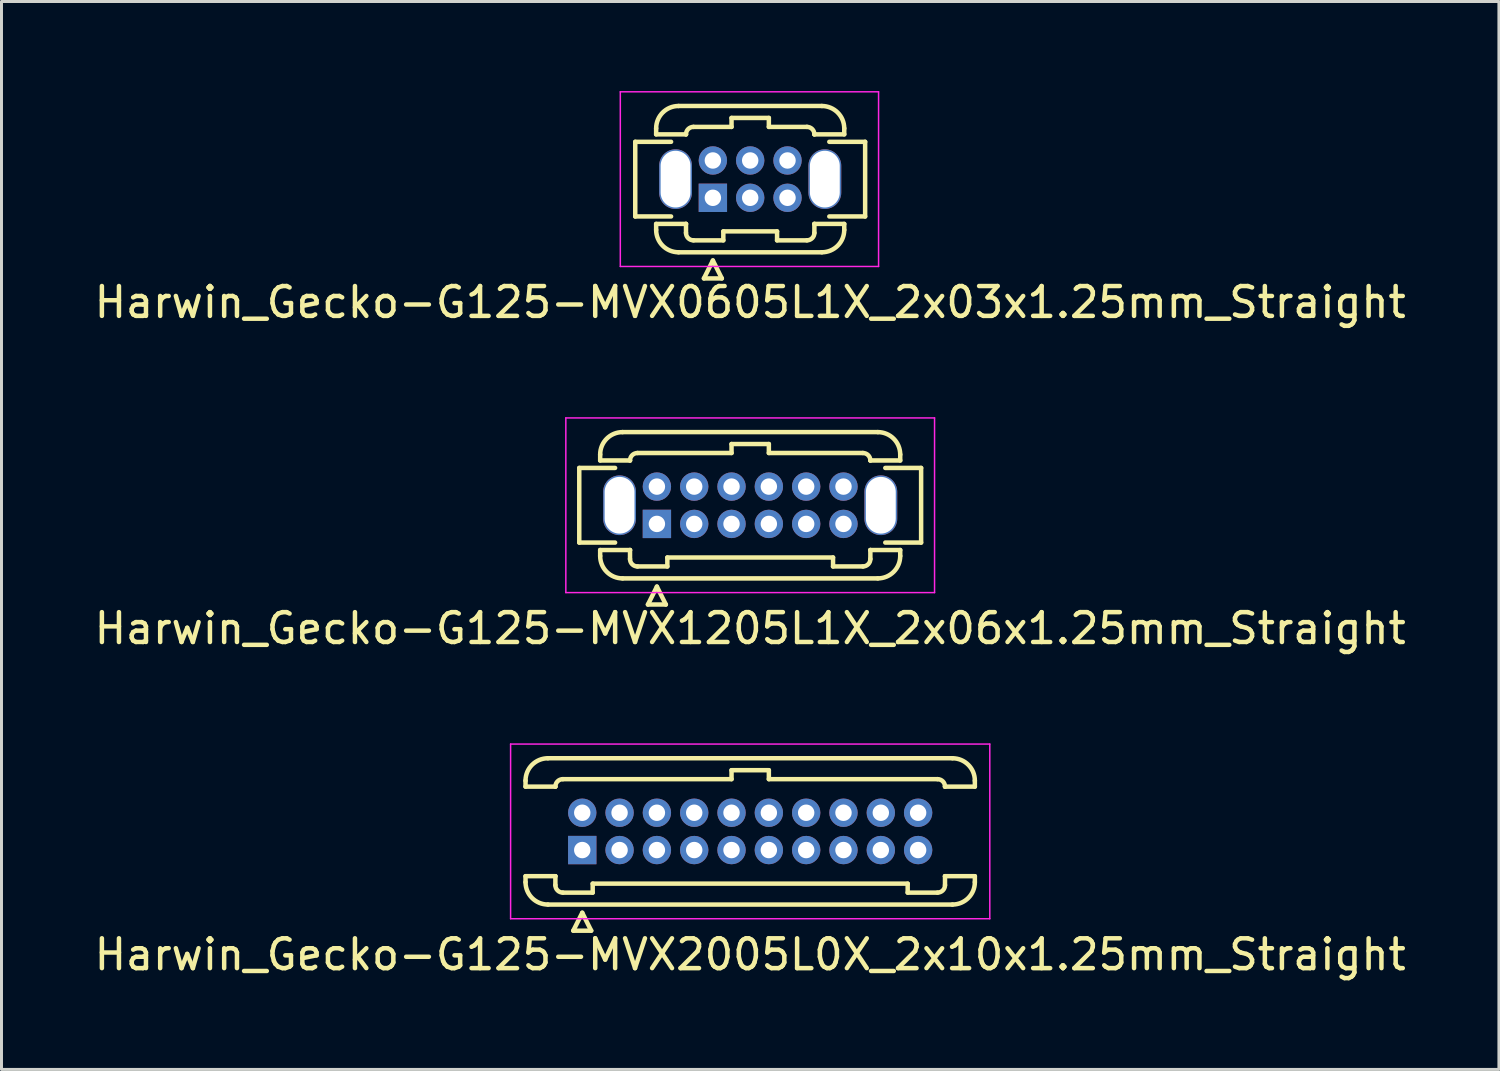
<source format=kicad_pcb>
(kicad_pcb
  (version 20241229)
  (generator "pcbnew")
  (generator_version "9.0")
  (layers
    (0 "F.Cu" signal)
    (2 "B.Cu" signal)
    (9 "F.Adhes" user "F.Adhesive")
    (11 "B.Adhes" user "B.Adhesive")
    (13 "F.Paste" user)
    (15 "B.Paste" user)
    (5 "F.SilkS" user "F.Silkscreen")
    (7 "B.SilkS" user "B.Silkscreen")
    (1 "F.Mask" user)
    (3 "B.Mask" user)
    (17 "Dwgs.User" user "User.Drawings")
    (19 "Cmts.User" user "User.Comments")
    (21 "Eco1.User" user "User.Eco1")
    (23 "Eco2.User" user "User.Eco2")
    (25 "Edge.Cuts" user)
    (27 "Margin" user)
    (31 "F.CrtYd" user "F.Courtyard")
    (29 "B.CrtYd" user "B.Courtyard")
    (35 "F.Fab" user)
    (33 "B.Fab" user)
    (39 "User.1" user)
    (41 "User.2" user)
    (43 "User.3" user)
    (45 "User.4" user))
  (footprint "Harwin_Gecko-G125-MVX0605L1X_2x03x1.25mm_Straight"
    (layer "F.Cu")
    (at 20.827 3.575)
    (property "Reference" "Harwin_Gecko-G125-MVX0605L1X_2x03x1.25mm_Straight" (at 1.25 3.5 0) (layer "F.SilkS") (effects (font (size 1 1) (thickness 0.15))))
    (attr through_hole)
    (fp_line (start -2.6 -1.875) (end -2.6 0.625) (stroke (width 0.15) (type solid)) (layer "F.SilkS"))
    (fp_line (start -2.6 0.625) (end -1.4 0.625) (stroke (width 0.15) (type solid)) (layer "F.SilkS"))
    (fp_line (start -1.9 -2.325) (end -1.9 -2.125) (stroke (width 0.15) (type solid)) (layer "F.SilkS"))
    (fp_line (start -1.9 -2.125) (end -0.9 -2.125) (stroke (width 0.15) (type solid)) (layer "F.SilkS"))
    (fp_line (start -1.9 0.875) (end -0.9 0.875) (stroke (width 0.15) (type solid)) (layer "F.SilkS"))
    (fp_line (start -1.9 1.075) (end -1.9 0.875) (stroke (width 0.15) (type solid)) (layer "F.SilkS"))
    (fp_line (start -1.4 -1.875) (end -2.6 -1.875) (stroke (width 0.15) (type solid)) (layer "F.SilkS"))
    (fp_line (start -1.15 -3.075) (end 3.65 -3.075) (stroke (width 0.15) (type solid)) (layer "F.SilkS"))
    (fp_line (start -1.15 1.825) (end 3.65 1.825) (stroke (width 0.15) (type solid)) (layer "F.SilkS"))
    (fp_line (start -0.9 -2.125) (end -0.9 -2.125) (stroke (width 0.15) (type solid)) (layer "F.SilkS"))
    (fp_line (start -0.9 0.875) (end -0.9 0.875) (stroke (width 0.15) (type solid)) (layer "F.SilkS"))
    (fp_line (start -0.9 1.175) (end -0.9 0.875) (stroke (width 0.15) (type solid)) (layer "F.SilkS"))
    (fp_line (start -0.65 -2.375) (end 0.625 -2.375) (stroke (width 0.15) (type solid)) (layer "F.SilkS"))
    (fp_line (start -0.65 1.425) (end 0.35 1.425) (stroke (width 0.15) (type solid)) (layer "F.SilkS"))
    (fp_line (start -0.3 2.7) (end 0.3 2.7) (stroke (width 0.15) (type solid)) (layer "F.SilkS"))
    (fp_line (start 0 2.1) (end -0.3 2.7) (stroke (width 0.15) (type solid)) (layer "F.SilkS"))
    (fp_line (start 0.3 2.7) (end 0 2.1) (stroke (width 0.15) (type solid)) (layer "F.SilkS"))
    (fp_line (start 0.35 1.125) (end 2.15 1.125) (stroke (width 0.15) (type solid)) (layer "F.SilkS"))
    (fp_line (start 0.35 1.425) (end 0.35 1.125) (stroke (width 0.15) (type solid)) (layer "F.SilkS"))
    (fp_line (start 0.625 -2.675) (end 1.875 -2.675) (stroke (width 0.15) (type solid)) (layer "F.SilkS"))
    (fp_line (start 0.625 -2.375) (end 0.625 -2.675) (stroke (width 0.15) (type solid)) (layer "F.SilkS"))
    (fp_line (start 1.875 -2.675) (end 1.875 -2.375) (stroke (width 0.15) (type solid)) (layer "F.SilkS"))
    (fp_line (start 1.875 -2.375) (end 3.15 -2.375) (stroke (width 0.15) (type solid)) (layer "F.SilkS"))
    (fp_line (start 2.15 1.125) (end 2.15 1.425) (stroke (width 0.15) (type solid)) (layer "F.SilkS"))
    (fp_line (start 2.15 1.425) (end 3.15 1.425) (stroke (width 0.15) (type solid)) (layer "F.SilkS"))
    (fp_line (start 3.4 -2.125) (end 3.4 -2.125) (stroke (width 0.15) (type solid)) (layer "F.SilkS"))
    (fp_line (start 3.4 0.875) (end 3.4 0.875) (stroke (width 0.15) (type solid)) (layer "F.SilkS"))
    (fp_line (start 3.4 1.175) (end 3.4 0.875) (stroke (width 0.15) (type solid)) (layer "F.SilkS"))
    (fp_line (start 3.9 -1.875) (end 5.1 -1.875) (stroke (width 0.15) (type solid)) (layer "F.SilkS"))
    (fp_line (start 4.4 -2.325) (end 4.4 -2.125) (stroke (width 0.15) (type solid)) (layer "F.SilkS"))
    (fp_line (start 4.4 -2.125) (end 3.4 -2.125) (stroke (width 0.15) (type solid)) (layer "F.SilkS"))
    (fp_line (start 4.4 0.875) (end 3.4 0.875) (stroke (width 0.15) (type solid)) (layer "F.SilkS"))
    (fp_line (start 4.4 1.075) (end 4.4 0.875) (stroke (width 0.15) (type solid)) (layer "F.SilkS"))
    (fp_line (start 5.1 -1.875) (end 5.1 0.625) (stroke (width 0.15) (type solid)) (layer "F.SilkS"))
    (fp_line (start 5.1 0.625) (end 3.9 0.625) (stroke (width 0.15) (type solid)) (layer "F.SilkS"))
    (fp_arc (start -1.9 -2.325) (mid -1.68033 -2.85533) (end -1.15 -3.075) (stroke (width 0.15) (type solid)) (layer "F.SilkS"))
    (fp_arc (start -1.15 1.825) (mid -1.68033 1.60533) (end -1.9 1.075) (stroke (width 0.15) (type solid)) (layer "F.SilkS"))
    (fp_arc (start -0.9 -2.125) (mid -0.826777 -2.301777) (end -0.65 -2.375) (stroke (width 0.15) (type solid)) (layer "F.SilkS"))
    (fp_arc (start -0.65 1.425) (mid -0.826777 1.351777) (end -0.9 1.175) (stroke (width 0.15) (type solid)) (layer "F.SilkS"))
    (fp_arc (start 3.15 -2.375) (mid 3.326777 -2.301777) (end 3.4 -2.125) (stroke (width 0.15) (type solid)) (layer "F.SilkS"))
    (fp_arc (start 3.4 1.175) (mid 3.326777 1.351777) (end 3.15 1.425) (stroke (width 0.15) (type solid)) (layer "F.SilkS"))
    (fp_arc (start 3.65 -3.075) (mid 4.18033 -2.85533) (end 4.4 -2.325) (stroke (width 0.15) (type solid)) (layer "F.SilkS"))
    (fp_arc (start 4.4 1.075) (mid 4.18033 1.60533) (end 3.65 1.825) (stroke (width 0.15) (type solid)) (layer "F.SilkS"))
    (fp_line (start -3.1 -3.55) (end -3.1 2.3) (stroke (width 0.05) (type solid)) (layer "F.CrtYd"))
    (fp_line (start -3.1 2.3) (end 5.55 2.3) (stroke (width 0.05) (type solid)) (layer "F.CrtYd"))
    (fp_line (start 5.55 -3.55) (end -3.1 -3.55) (stroke (width 0.05) (type solid)) (layer "F.CrtYd"))
    (fp_line (start 5.55 2.3) (end 5.55 -3.55) (stroke (width 0.05) (type solid)) (layer "F.CrtYd"))
    (pad "" np_thru_hole oval (at -1.25 -0.625) (size 1.1 2) (drill oval 1 1.9) (layers "*.Cu" "*.Mask"))
    (pad "" np_thru_hole oval (at 3.75 -0.625) (size 1.1 2) (drill oval 1 1.9) (layers "*.Cu" "*.Mask"))
    (pad "1" thru_hole rect (at 0 0) (size 0.95 0.95) (drill 0.55) (layers "*.Cu" "*.Mask"))
    (pad "2" thru_hole circle (at 0 -1.25) (size 0.95 0.95) (drill 0.55) (layers "*.Cu" "*.Mask"))
    (pad "3" thru_hole circle (at 1.25 0) (size 0.95 0.95) (drill 0.55) (layers "*.Cu" "*.Mask"))
    (pad "4" thru_hole circle (at 1.25 -1.25) (size 0.95 0.95) (drill 0.55) (layers "*.Cu" "*.Mask"))
    (pad "5" thru_hole circle (at 2.5 0) (size 0.95 0.95) (drill 0.55) (layers "*.Cu" "*.Mask"))
    (pad "6" thru_hole circle (at 2.5 -1.25) (size 0.95 0.95) (drill 0.55) (layers "*.Cu" "*.Mask")))
  (footprint "Harwin_Gecko-G125-MVX2005L0X_2x10x1.25mm_Straight"
    (layer "F.Cu")
    (at 16.452 25.422)
    (property "Reference" "Harwin_Gecko-G125-MVX2005L0X_2x10x1.25mm_Straight" (at 5.625 3.5 0) (layer "F.SilkS") (effects (font (size 1 1) (thickness 0.15))))
    (attr through_hole)
    (fp_line (start -1.9 -2.325) (end -1.9 -2.125) (stroke (width 0.15) (type solid)) (layer "F.SilkS"))
    (fp_line (start -1.9 -2.125) (end -0.9 -2.125) (stroke (width 0.15) (type solid)) (layer "F.SilkS"))
    (fp_line (start -1.9 0.875) (end -0.9 0.875) (stroke (width 0.15) (type solid)) (layer "F.SilkS"))
    (fp_line (start -1.9 1.075) (end -1.9 0.875) (stroke (width 0.15) (type solid)) (layer "F.SilkS"))
    (fp_line (start -1.15 -3.075) (end 12.4 -3.075) (stroke (width 0.15) (type solid)) (layer "F.SilkS"))
    (fp_line (start -1.15 1.825) (end 12.4 1.825) (stroke (width 0.15) (type solid)) (layer "F.SilkS"))
    (fp_line (start -0.9 -2.125) (end -0.9 -2.125) (stroke (width 0.15) (type solid)) (layer "F.SilkS"))
    (fp_line (start -0.9 0.875) (end -0.9 0.875) (stroke (width 0.15) (type solid)) (layer "F.SilkS"))
    (fp_line (start -0.9 1.175) (end -0.9 0.875) (stroke (width 0.15) (type solid)) (layer "F.SilkS"))
    (fp_line (start -0.65 -2.375) (end 5 -2.375) (stroke (width 0.15) (type solid)) (layer "F.SilkS"))
    (fp_line (start -0.65 1.425) (end 0.35 1.425) (stroke (width 0.15) (type solid)) (layer "F.SilkS"))
    (fp_line (start -0.3 2.7) (end 0.3 2.7) (stroke (width 0.15) (type solid)) (layer "F.SilkS"))
    (fp_line (start 0 2.1) (end -0.3 2.7) (stroke (width 0.15) (type solid)) (layer "F.SilkS"))
    (fp_line (start 0.3 2.7) (end 0 2.1) (stroke (width 0.15) (type solid)) (layer "F.SilkS"))
    (fp_line (start 0.35 1.125) (end 10.9 1.125) (stroke (width 0.15) (type solid)) (layer "F.SilkS"))
    (fp_line (start 0.35 1.425) (end 0.35 1.125) (stroke (width 0.15) (type solid)) (layer "F.SilkS"))
    (fp_line (start 5 -2.675) (end 6.25 -2.675) (stroke (width 0.15) (type solid)) (layer "F.SilkS"))
    (fp_line (start 5 -2.375) (end 5 -2.675) (stroke (width 0.15) (type solid)) (layer "F.SilkS"))
    (fp_line (start 6.25 -2.675) (end 6.25 -2.375) (stroke (width 0.15) (type solid)) (layer "F.SilkS"))
    (fp_line (start 6.25 -2.375) (end 11.9 -2.375) (stroke (width 0.15) (type solid)) (layer "F.SilkS"))
    (fp_line (start 10.9 1.125) (end 10.9 1.425) (stroke (width 0.15) (type solid)) (layer "F.SilkS"))
    (fp_line (start 10.9 1.425) (end 11.9 1.425) (stroke (width 0.15) (type solid)) (layer "F.SilkS"))
    (fp_line (start 12.15 -2.125) (end 12.15 -2.125) (stroke (width 0.15) (type solid)) (layer "F.SilkS"))
    (fp_line (start 12.15 0.875) (end 12.15 0.875) (stroke (width 0.15) (type solid)) (layer "F.SilkS"))
    (fp_line (start 12.15 1.175) (end 12.15 0.875) (stroke (width 0.15) (type solid)) (layer "F.SilkS"))
    (fp_line (start 13.15 -2.325) (end 13.15 -2.125) (stroke (width 0.15) (type solid)) (layer "F.SilkS"))
    (fp_line (start 13.15 -2.125) (end 12.15 -2.125) (stroke (width 0.15) (type solid)) (layer "F.SilkS"))
    (fp_line (start 13.15 0.875) (end 12.15 0.875) (stroke (width 0.15) (type solid)) (layer "F.SilkS"))
    (fp_line (start 13.15 1.075) (end 13.15 0.875) (stroke (width 0.15) (type solid)) (layer "F.SilkS"))
    (fp_arc (start -1.9 -2.325) (mid -1.68033 -2.85533) (end -1.15 -3.075) (stroke (width 0.15) (type solid)) (layer "F.SilkS"))
    (fp_arc (start -1.15 1.825) (mid -1.68033 1.60533) (end -1.9 1.075) (stroke (width 0.15) (type solid)) (layer "F.SilkS"))
    (fp_arc (start -0.9 -2.125) (mid -0.826777 -2.301777) (end -0.65 -2.375) (stroke (width 0.15) (type solid)) (layer "F.SilkS"))
    (fp_arc (start -0.65 1.425) (mid -0.826777 1.351777) (end -0.9 1.175) (stroke (width 0.15) (type solid)) (layer "F.SilkS"))
    (fp_arc (start 11.9 -2.375) (mid 12.076777 -2.301777) (end 12.15 -2.125) (stroke (width 0.15) (type solid)) (layer "F.SilkS"))
    (fp_arc (start 12.15 1.175) (mid 12.076777 1.351777) (end 11.9 1.425) (stroke (width 0.15) (type solid)) (layer "F.SilkS"))
    (fp_arc (start 12.4 -3.075) (mid 12.93033 -2.85533) (end 13.15 -2.325) (stroke (width 0.15) (type solid)) (layer "F.SilkS"))
    (fp_arc (start 13.15 1.075) (mid 12.93033 1.60533) (end 12.4 1.825) (stroke (width 0.15) (type solid)) (layer "F.SilkS"))
    (fp_line (start -2.4 -3.55) (end -2.4 2.3) (stroke (width 0.05) (type solid)) (layer "F.CrtYd"))
    (fp_line (start -2.4 2.3) (end 13.65 2.3) (stroke (width 0.05) (type solid)) (layer "F.CrtYd"))
    (fp_line (start 13.65 -3.55) (end -2.4 -3.55) (stroke (width 0.05) (type solid)) (layer "F.CrtYd"))
    (fp_line (start 13.65 2.3) (end 13.65 -3.55) (stroke (width 0.05) (type solid)) (layer "F.CrtYd"))
    (pad "1" thru_hole rect (at 0 0) (size 0.95 0.95) (drill 0.55) (layers "*.Cu" "*.Mask"))
    (pad "2" thru_hole circle (at 0 -1.25) (size 0.95 0.95) (drill 0.55) (layers "*.Cu" "*.Mask"))
    (pad "3" thru_hole circle (at 1.25 0) (size 0.95 0.95) (drill 0.55) (layers "*.Cu" "*.Mask"))
    (pad "4" thru_hole circle (at 1.25 -1.25) (size 0.95 0.95) (drill 0.55) (layers "*.Cu" "*.Mask"))
    (pad "5" thru_hole circle (at 2.5 0) (size 0.95 0.95) (drill 0.55) (layers "*.Cu" "*.Mask"))
    (pad "6" thru_hole circle (at 2.5 -1.25) (size 0.95 0.95) (drill 0.55) (layers "*.Cu" "*.Mask"))
    (pad "7" thru_hole circle (at 3.75 0) (size 0.95 0.95) (drill 0.55) (layers "*.Cu" "*.Mask"))
    (pad "8" thru_hole circle (at 3.75 -1.25) (size 0.95 0.95) (drill 0.55) (layers "*.Cu" "*.Mask"))
    (pad "9" thru_hole circle (at 5 0) (size 0.95 0.95) (drill 0.55) (layers "*.Cu" "*.Mask"))
    (pad "10" thru_hole circle (at 5 -1.25) (size 0.95 0.95) (drill 0.55) (layers "*.Cu" "*.Mask"))
    (pad "11" thru_hole circle (at 6.25 0) (size 0.95 0.95) (drill 0.55) (layers "*.Cu" "*.Mask"))
    (pad "12" thru_hole circle (at 6.25 -1.25) (size 0.95 0.95) (drill 0.55) (layers "*.Cu" "*.Mask"))
    (pad "13" thru_hole circle (at 7.5 0) (size 0.95 0.95) (drill 0.55) (layers "*.Cu" "*.Mask"))
    (pad "14" thru_hole circle (at 7.5 -1.25) (size 0.95 0.95) (drill 0.55) (layers "*.Cu" "*.Mask"))
    (pad "15" thru_hole circle (at 8.75 0) (size 0.95 0.95) (drill 0.55) (layers "*.Cu" "*.Mask"))
    (pad "16" thru_hole circle (at 8.75 -1.25) (size 0.95 0.95) (drill 0.55) (layers "*.Cu" "*.Mask"))
    (pad "17" thru_hole circle (at 10 0) (size 0.95 0.95) (drill 0.55) (layers "*.Cu" "*.Mask"))
    (pad "18" thru_hole circle (at 10 -1.25) (size 0.95 0.95) (drill 0.55) (layers "*.Cu" "*.Mask"))
    (pad "19" thru_hole circle (at 11.25 0) (size 0.95 0.95) (drill 0.55) (layers "*.Cu" "*.Mask"))
    (pad "20" thru_hole circle (at 11.25 -1.25) (size 0.95 0.95) (drill 0.55) (layers "*.Cu" "*.Mask")))
  (footprint "Harwin_Gecko-G125-MVX1205L1X_2x06x1.25mm_Straight"
    (layer "F.Cu")
    (at 18.952 14.498)
    (property "Reference" "Harwin_Gecko-G125-MVX1205L1X_2x06x1.25mm_Straight" (at 3.125 3.5 0) (layer "F.SilkS") (effects (font (size 1 1) (thickness 0.15))))
    (attr through_hole)
    (fp_line (start -2.6 -1.875) (end -2.6 0.625) (stroke (width 0.15) (type solid)) (layer "F.SilkS"))
    (fp_line (start -2.6 0.625) (end -1.4 0.625) (stroke (width 0.15) (type solid)) (layer "F.SilkS"))
    (fp_line (start -1.9 -2.325) (end -1.9 -2.125) (stroke (width 0.15) (type solid)) (layer "F.SilkS"))
    (fp_line (start -1.9 -2.125) (end -0.9 -2.125) (stroke (width 0.15) (type solid)) (layer "F.SilkS"))
    (fp_line (start -1.9 0.875) (end -0.9 0.875) (stroke (width 0.15) (type solid)) (layer "F.SilkS"))
    (fp_line (start -1.9 1.075) (end -1.9 0.875) (stroke (width 0.15) (type solid)) (layer "F.SilkS"))
    (fp_line (start -1.4 -1.875) (end -2.6 -1.875) (stroke (width 0.15) (type solid)) (layer "F.SilkS"))
    (fp_line (start -1.15 -3.075) (end 7.4 -3.075) (stroke (width 0.15) (type solid)) (layer "F.SilkS"))
    (fp_line (start -1.15 1.825) (end 7.4 1.825) (stroke (width 0.15) (type solid)) (layer "F.SilkS"))
    (fp_line (start -0.9 -2.125) (end -0.9 -2.125) (stroke (width 0.15) (type solid)) (layer "F.SilkS"))
    (fp_line (start -0.9 0.875) (end -0.9 0.875) (stroke (width 0.15) (type solid)) (layer "F.SilkS"))
    (fp_line (start -0.9 1.175) (end -0.9 0.875) (stroke (width 0.15) (type solid)) (layer "F.SilkS"))
    (fp_line (start -0.65 -2.375) (end 2.5 -2.375) (stroke (width 0.15) (type solid)) (layer "F.SilkS"))
    (fp_line (start -0.65 1.425) (end 0.35 1.425) (stroke (width 0.15) (type solid)) (layer "F.SilkS"))
    (fp_line (start -0.3 2.7) (end 0.3 2.7) (stroke (width 0.15) (type solid)) (layer "F.SilkS"))
    (fp_line (start 0 2.1) (end -0.3 2.7) (stroke (width 0.15) (type solid)) (layer "F.SilkS"))
    (fp_line (start 0.3 2.7) (end 0 2.1) (stroke (width 0.15) (type solid)) (layer "F.SilkS"))
    (fp_line (start 0.35 1.125) (end 5.9 1.125) (stroke (width 0.15) (type solid)) (layer "F.SilkS"))
    (fp_line (start 0.35 1.425) (end 0.35 1.125) (stroke (width 0.15) (type solid)) (layer "F.SilkS"))
    (fp_line (start 2.5 -2.675) (end 3.75 -2.675) (stroke (width 0.15) (type solid)) (layer "F.SilkS"))
    (fp_line (start 2.5 -2.375) (end 2.5 -2.675) (stroke (width 0.15) (type solid)) (layer "F.SilkS"))
    (fp_line (start 3.75 -2.675) (end 3.75 -2.375) (stroke (width 0.15) (type solid)) (layer "F.SilkS"))
    (fp_line (start 3.75 -2.375) (end 6.9 -2.375) (stroke (width 0.15) (type solid)) (layer "F.SilkS"))
    (fp_line (start 5.9 1.125) (end 5.9 1.425) (stroke (width 0.15) (type solid)) (layer "F.SilkS"))
    (fp_line (start 5.9 1.425) (end 6.9 1.425) (stroke (width 0.15) (type solid)) (layer "F.SilkS"))
    (fp_line (start 7.15 -2.125) (end 7.15 -2.125) (stroke (width 0.15) (type solid)) (layer "F.SilkS"))
    (fp_line (start 7.15 0.875) (end 7.15 0.875) (stroke (width 0.15) (type solid)) (layer "F.SilkS"))
    (fp_line (start 7.15 1.175) (end 7.15 0.875) (stroke (width 0.15) (type solid)) (layer "F.SilkS"))
    (fp_line (start 7.65 -1.875) (end 8.85 -1.875) (stroke (width 0.15) (type solid)) (layer "F.SilkS"))
    (fp_line (start 8.15 -2.325) (end 8.15 -2.125) (stroke (width 0.15) (type solid)) (layer "F.SilkS"))
    (fp_line (start 8.15 -2.125) (end 7.15 -2.125) (stroke (width 0.15) (type solid)) (layer "F.SilkS"))
    (fp_line (start 8.15 0.875) (end 7.15 0.875) (stroke (width 0.15) (type solid)) (layer "F.SilkS"))
    (fp_line (start 8.15 1.075) (end 8.15 0.875) (stroke (width 0.15) (type solid)) (layer "F.SilkS"))
    (fp_line (start 8.85 -1.875) (end 8.85 0.625) (stroke (width 0.15) (type solid)) (layer "F.SilkS"))
    (fp_line (start 8.85 0.625) (end 7.65 0.625) (stroke (width 0.15) (type solid)) (layer "F.SilkS"))
    (fp_arc (start -1.9 -2.325) (mid -1.68033 -2.85533) (end -1.15 -3.075) (stroke (width 0.15) (type solid)) (layer "F.SilkS"))
    (fp_arc (start -1.15 1.825) (mid -1.68033 1.60533) (end -1.9 1.075) (stroke (width 0.15) (type solid)) (layer "F.SilkS"))
    (fp_arc (start -0.9 -2.125) (mid -0.826777 -2.301777) (end -0.65 -2.375) (stroke (width 0.15) (type solid)) (layer "F.SilkS"))
    (fp_arc (start -0.65 1.425) (mid -0.826777 1.351777) (end -0.9 1.175) (stroke (width 0.15) (type solid)) (layer "F.SilkS"))
    (fp_arc (start 6.9 -2.375) (mid 7.076777 -2.301777) (end 7.15 -2.125) (stroke (width 0.15) (type solid)) (layer "F.SilkS"))
    (fp_arc (start 7.15 1.175) (mid 7.076777 1.351777) (end 6.9 1.425) (stroke (width 0.15) (type solid)) (layer "F.SilkS"))
    (fp_arc (start 7.4 -3.075) (mid 7.93033 -2.85533) (end 8.15 -2.325) (stroke (width 0.15) (type solid)) (layer "F.SilkS"))
    (fp_arc (start 8.15 1.075) (mid 7.93033 1.60533) (end 7.4 1.825) (stroke (width 0.15) (type solid)) (layer "F.SilkS"))
    (fp_line (start -3.05 -3.55) (end -3.05 2.3) (stroke (width 0.05) (type solid)) (layer "F.CrtYd"))
    (fp_line (start -3.05 2.3) (end 9.3 2.3) (stroke (width 0.05) (type solid)) (layer "F.CrtYd"))
    (fp_line (start 9.3 -3.55) (end -3.05 -3.55) (stroke (width 0.05) (type solid)) (layer "F.CrtYd"))
    (fp_line (start 9.3 2.3) (end 9.3 -3.55) (stroke (width 0.05) (type solid)) (layer "F.CrtYd"))
    (pad "" np_thru_hole oval (at -1.25 -0.625) (size 1.1 2) (drill oval 1 1.9) (layers "*.Cu" "*.Mask"))
    (pad "" np_thru_hole oval (at 7.5 -0.625) (size 1.1 2) (drill oval 1 1.9) (layers "*.Cu" "*.Mask"))
    (pad "1" thru_hole rect (at 0 0) (size 0.95 0.95) (drill 0.55) (layers "*.Cu" "*.Mask"))
    (pad "2" thru_hole circle (at 0 -1.25) (size 0.95 0.95) (drill 0.55) (layers "*.Cu" "*.Mask"))
    (pad "3" thru_hole circle (at 1.25 0) (size 0.95 0.95) (drill 0.55) (layers "*.Cu" "*.Mask"))
    (pad "4" thru_hole circle (at 1.25 -1.25) (size 0.95 0.95) (drill 0.55) (layers "*.Cu" "*.Mask"))
    (pad "5" thru_hole circle (at 2.5 0) (size 0.95 0.95) (drill 0.55) (layers "*.Cu" "*.Mask"))
    (pad "6" thru_hole circle (at 2.5 -1.25) (size 0.95 0.95) (drill 0.55) (layers "*.Cu" "*.Mask"))
    (pad "7" thru_hole circle (at 3.75 0) (size 0.95 0.95) (drill 0.55) (layers "*.Cu" "*.Mask"))
    (pad "8" thru_hole circle (at 3.75 -1.25) (size 0.95 0.95) (drill 0.55) (layers "*.Cu" "*.Mask"))
    (pad "9" thru_hole circle (at 5 0) (size 0.95 0.95) (drill 0.55) (layers "*.Cu" "*.Mask"))
    (pad "10" thru_hole circle (at 5 -1.25) (size 0.95 0.95) (drill 0.55) (layers "*.Cu" "*.Mask"))
    (pad "11" thru_hole circle (at 6.25 0) (size 0.95 0.95) (drill 0.55) (layers "*.Cu" "*.Mask"))
    (pad "12" thru_hole circle (at 6.25 -1.25) (size 0.95 0.95) (drill 0.55) (layers "*.Cu" "*.Mask")))
  (gr_rect
    (start -3 -3)
    (end 47.155 32.77)
    (stroke (width 0.1) (type default))
    (fill no)
    (layer "Edge.Cuts")))
</source>
